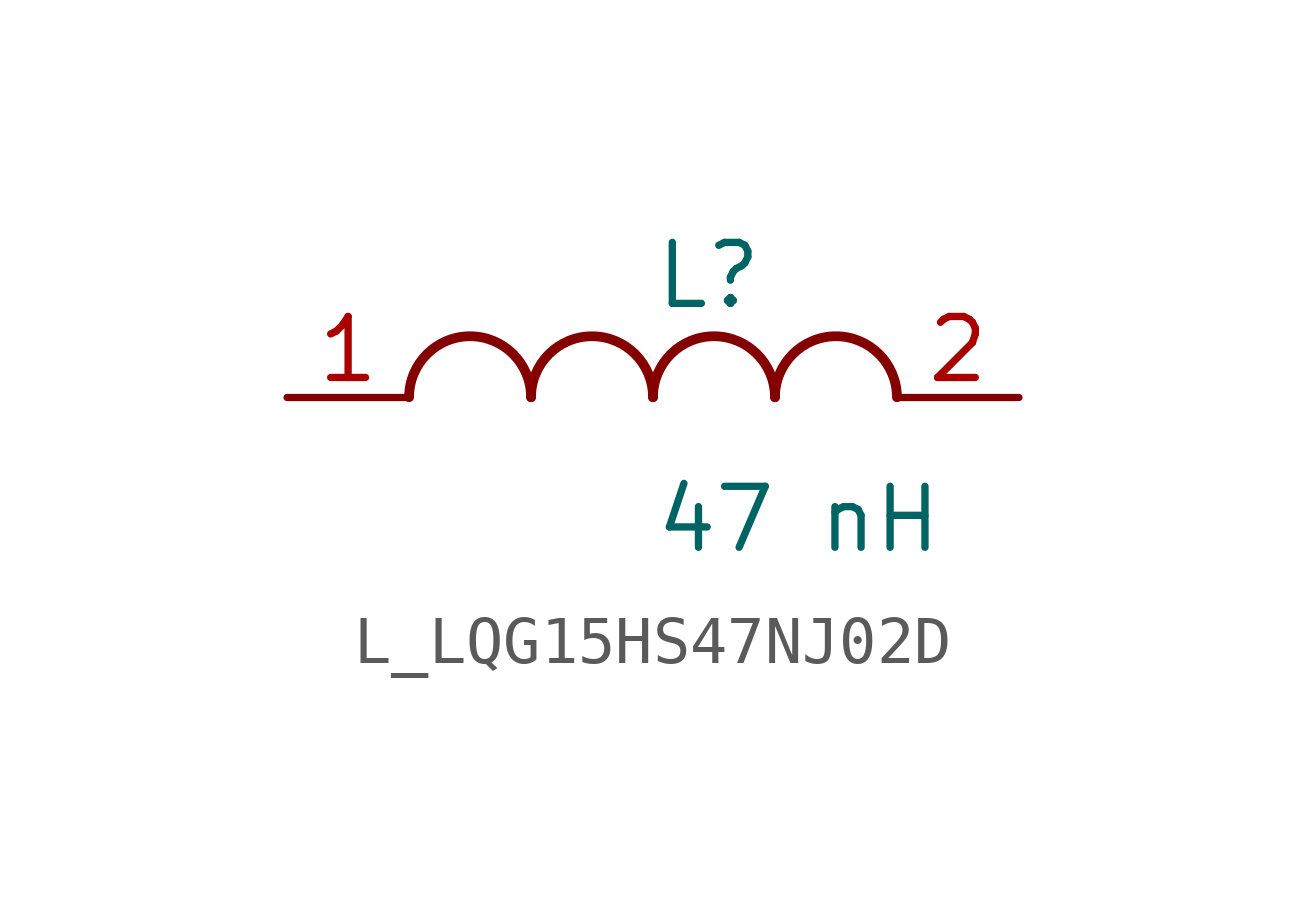
<source format=kicad_sym>
(kicad_symbol_lib
  (version 20231120)
  (generator kicad_symbol_editor)
  (generator_version 8.0)
  (symbol "L_LQG15HS47NJ02D"
    (pin_names
      (offset 0.254))
    (property "Reference" "L"
      (at 0 2.54 0)
      (effects (font (size 1.27 1.27)) (justify left)))
    (property "Value" "47 nH"
      (at 0 -2.54 0)
      (effects (font (size 1.27 1.27)) (justify left)))
    (symbol "L_LQG15HS47NJ02D_1_1"
      (arc (start -2.54 0.0056) (mid -3.81 1.27) (end -5.08 0.0056) (stroke (width 0.2032) (type default)) (fill (type none)))
      (arc (start 0 0.0056) (mid -1.27 1.27) (end -2.54 0.0056) (stroke (width 0.2032) (type default)) (fill (type none)))
      (arc (start 2.54 0.0056) (mid 1.27 1.27) (end 0 0.0056) (stroke (width 0.2032) (type default)) (fill (type none)))
      (arc (start 5.08 0.0056) (mid 3.81 1.27) (end 2.54 0.0056) (stroke (width 0.2032) (type default)) (fill (type none)))
      (pin unspecified line (at -7.62 0 0) (length 2.54) (name "" (effects (font (size 1.27 1.27)))) (number "1" (effects (font (size 1.27 1.27)))))
      (pin unspecified line (at 7.62 0 180) (length 2.54) (name "" (effects (font (size 1.27 1.27)))) (number "2" (effects (font (size 1.27 1.27))))))))
</source>
